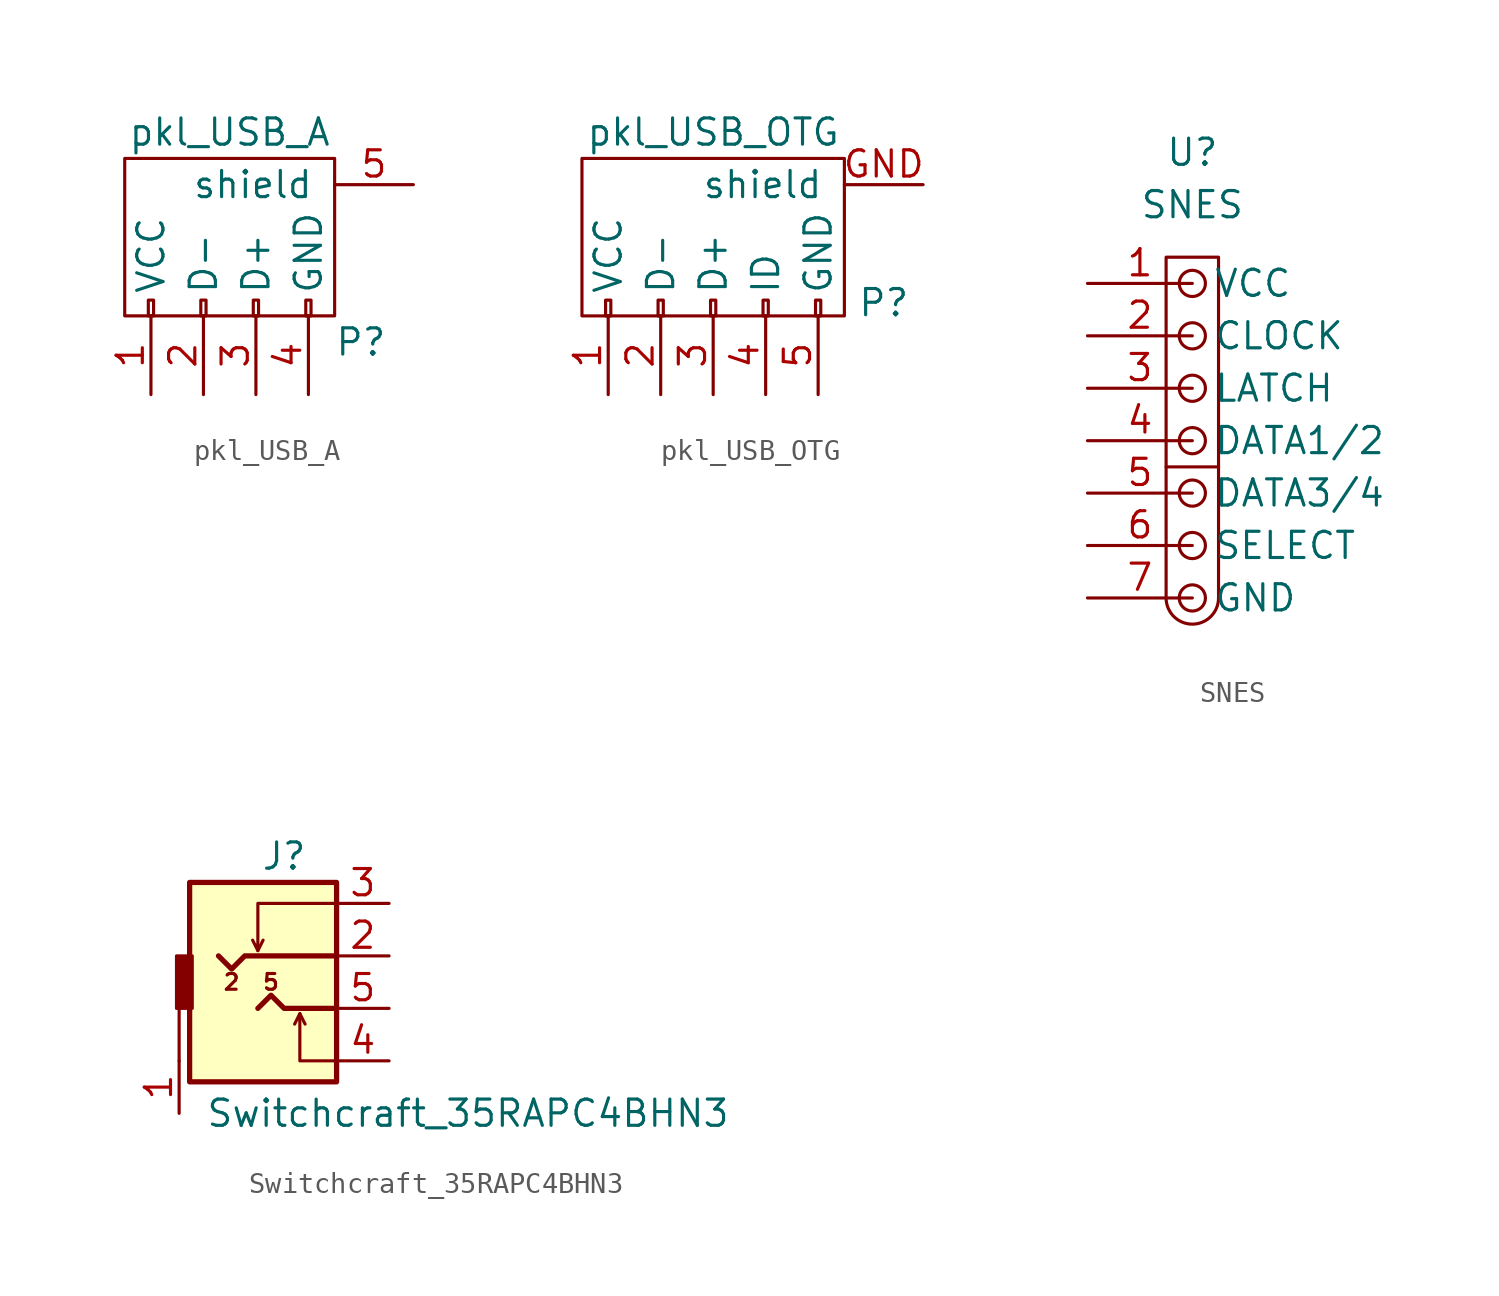
<source format=kicad_sym>
(kicad_symbol_lib
  (version 20211014)
  (generator kicad_symbol_editor)
  (symbol "pkl_USB_A"
    (pin_names
      (offset 1.016))
    (property "Reference" "P"
      (at 5.08 -5.08 0)
      (effects (font (size 1.27 1.27))))
    (property "Value" "pkl_USB_A"
      (at -1.27 5.08 0)
      (effects (font (size 1.27 1.27))))
    (symbol "pkl_USB_A_0_1"
      (rectangle (start -6.35 -3.81) (end 3.81 3.81) (stroke (width 0) (type default) (color 0 0 0 0)) (fill (type none)))
      (rectangle (start -5.207 -3.81) (end -4.953 -3.048) (stroke (width 0) (type default) (color 0 0 0 0)) (fill (type none)))
      (rectangle (start -2.667 -3.81) (end -2.413 -3.048) (stroke (width 0) (type default) (color 0 0 0 0)) (fill (type none)))
      (rectangle (start -0.127 -3.81) (end 0.127 -3.048) (stroke (width 0) (type default) (color 0 0 0 0)) (fill (type none)))
      (rectangle (start 2.413 -3.81) (end 2.667 -3.048) (stroke (width 0) (type default) (color 0 0 0 0)) (fill (type none))))
    (symbol "pkl_USB_A_1_1"
      (pin power_in line (at -5.08 -7.62 90) (length 3.81) (name "VCC" (effects (font (size 1.27 1.27)))) (number "1" (effects (font (size 1.27 1.27)))))
      (pin passive line (at -2.54 -7.62 90) (length 3.81) (name "D-" (effects (font (size 1.27 1.27)))) (number "2" (effects (font (size 1.27 1.27)))))
      (pin passive line (at 0 -7.62 90) (length 3.81) (name "D+" (effects (font (size 1.27 1.27)))) (number "3" (effects (font (size 1.27 1.27)))))
      (pin power_in line (at 2.54 -7.62 90) (length 3.81) (name "GND" (effects (font (size 1.27 1.27)))) (number "4" (effects (font (size 1.27 1.27)))))
      (pin passive line (at 7.62 2.54 180) (length 3.81) (name "shield" (effects (font (size 1.27 1.27)))) (number "5" (effects (font (size 1.27 1.27)))))))
  (symbol "pkl_USB_OTG"
    (pin_names
      (offset 1.016))
    (property "Reference" "P"
      (at 8.255 -3.175 0)
      (effects (font (size 1.27 1.27))))
    (property "Value" "pkl_USB_OTG"
      (at 0 5.08 0)
      (effects (font (size 1.27 1.27))))
    (symbol "pkl_USB_OTG_0_1"
      (rectangle (start -6.35 -3.81) (end 6.35 3.81) (stroke (width 0) (type default) (color 0 0 0 0)) (fill (type none)))
      (rectangle (start -5.207 -3.81) (end -4.953 -3.048) (stroke (width 0) (type default) (color 0 0 0 0)) (fill (type none)))
      (rectangle (start -2.667 -3.81) (end -2.413 -3.048) (stroke (width 0) (type default) (color 0 0 0 0)) (fill (type none)))
      (rectangle (start -0.127 -3.81) (end 0.127 -3.048) (stroke (width 0) (type default) (color 0 0 0 0)) (fill (type none)))
      (rectangle (start 2.413 -3.81) (end 2.667 -3.048) (stroke (width 0) (type default) (color 0 0 0 0)) (fill (type none)))
      (rectangle (start 4.953 -3.81) (end 5.207 -3.048) (stroke (width 0) (type default) (color 0 0 0 0)) (fill (type none))))
    (symbol "pkl_USB_OTG_1_1"
      (pin power_out line (at -5.08 -7.62 90) (length 3.81) (name "VCC" (effects (font (size 1.27 1.27)))) (number "1" (effects (font (size 1.27 1.27)))))
      (pin passive line (at -2.54 -7.62 90) (length 3.81) (name "D-" (effects (font (size 1.27 1.27)))) (number "2" (effects (font (size 1.27 1.27)))))
      (pin passive line (at 0 -7.62 90) (length 3.81) (name "D+" (effects (font (size 1.27 1.27)))) (number "3" (effects (font (size 1.27 1.27)))))
      (pin power_in line (at 2.54 -7.62 90) (length 3.81) (name "ID" (effects (font (size 1.27 1.27)))) (number "4" (effects (font (size 1.27 1.27)))))
      (pin power_in line (at 5.08 -7.62 90) (length 3.81) (name "GND" (effects (font (size 1.27 1.27)))) (number "5" (effects (font (size 1.27 1.27)))))
      (pin passive line (at 10.16 2.54 180) (length 3.81) (name "shield" (effects (font (size 1.27 1.27)))) (number "GND" (effects (font (size 1.27 1.27)))))))
  (symbol "SNES"
    (pin_names
      (offset 1.016))
    (property "Reference" "U"
      (at 0 15.24 0)
      (effects (font (size 1.27 1.27))))
    (property "Value" "SNES"
      (at 0 12.7 0)
      (effects (font (size 1.27 1.27))))
    (symbol "SNES_0_1"
      (arc (start -1.27 -6.35) (mid 0 -7.62) (end 1.27 -6.35) (stroke (width 0) (type default) (color 0 0 0 0)) (fill (type none)))
      (circle (center 0 -6.35) (radius 0.635) (stroke (width 0) (type default) (color 0 0 0 0)) (fill (type none)))
      (circle (center 0 -3.81) (radius 0.635) (stroke (width 0) (type default) (color 0 0 0 0)) (fill (type none)))
      (circle (center 0 -1.27) (radius 0.635) (stroke (width 0) (type default) (color 0 0 0 0)) (fill (type none)))
      (polyline (pts (xy -1.27 0) (xy 1.27 0)) (stroke (width 0) (type default) (color 0 0 0 0)) (fill (type none)))
      (polyline (pts (xy -1.27 -6.35) (xy -1.27 10.16) (xy 1.27 10.16) (xy 1.27 -6.35)) (stroke (width 0) (type default) (color 0 0 0 0)) (fill (type none)))
      (circle (center 0 1.27) (radius 0.635) (stroke (width 0) (type default) (color 0 0 0 0)) (fill (type none)))
      (circle (center 0 3.81) (radius 0.635) (stroke (width 0) (type default) (color 0 0 0 0)) (fill (type none)))
      (circle (center 0 6.35) (radius 0.635) (stroke (width 0) (type default) (color 0 0 0 0)) (fill (type none)))
      (circle (center 0 8.89) (radius 0.635) (stroke (width 0) (type default) (color 0 0 0 0)) (fill (type none))))
    (symbol "SNES_1_1"
      (pin power_in line (at -5.08 8.89 0) (length 5.08) (name "VCC" (effects (font (size 1.27 1.27)))) (number "1" (effects (font (size 1.27 1.27)))))
      (pin input line (at -5.08 6.35 0) (length 5.08) (name "CLOCK" (effects (font (size 1.27 1.27)))) (number "2" (effects (font (size 1.27 1.27)))))
      (pin input line (at -5.08 3.81 0) (length 5.08) (name "LATCH" (effects (font (size 1.27 1.27)))) (number "3" (effects (font (size 1.27 1.27)))))
      (pin output line (at -5.08 1.27 0) (length 5.08) (name "DATA1/2" (effects (font (size 1.27 1.27)))) (number "4" (effects (font (size 1.27 1.27)))))
      (pin output line (at -5.08 -1.27 0) (length 5.08) (name "DATA3/4" (effects (font (size 1.27 1.27)))) (number "5" (effects (font (size 1.27 1.27)))))
      (pin input line (at -5.08 -3.81 0) (length 5.08) (name "SELECT" (effects (font (size 1.27 1.27)))) (number "6" (effects (font (size 1.27 1.27)))))
      (pin power_in line (at -5.08 -6.35 0) (length 5.08) (name "GND" (effects (font (size 1.27 1.27)))) (number "7" (effects (font (size 1.27 1.27)))))))
  (symbol "Switchcraft_35RAPC4BHN3"
    (pin_names
      (offset 1.016))
    (property "Reference" "J"
      (at 0 7.366 0)
      (effects (font (size 1.27 1.27))))
    (property "Value" "Switchcraft_35RAPC4BHN3"
      (at -3.81 -5.08 0)
      (effects (font (size 1.27 1.27)) (justify left)))
    (symbol "Switchcraft_35RAPC4BHN3_0_0"
      (rectangle (start -4.572 6.096) (end 2.54 -3.556) (stroke (width 0.254) (type default) (color 0 0 0 0)) (fill (type background)))
      (polyline (pts (xy -5.08 -2.54) (xy -5.08 0)) (stroke (width 0) (type default) (color 0 0 0 0)) (fill (type none)))
      (polyline (pts (xy -1.27 2.794) (xy -1.016 3.302)) (stroke (width 0) (type default) (color 0 0 0 0)) (fill (type none)))
      (polyline (pts (xy 1.016 -0.762) (xy 0.762 -0.254)) (stroke (width 0) (type default) (color 0 0 0 0)) (fill (type none)))
      (polyline (pts (xy 2.54 -2.54) (xy 0.762 -2.54) (xy 0.762 -0.254) (xy 0.508 -0.762)) (stroke (width 0) (type default) (color 0 0 0 0)) (fill (type none)))
      (polyline (pts (xy 2.54 5.08) (xy -1.27 5.08) (xy -1.27 2.794) (xy -1.524 3.302)) (stroke (width 0) (type default) (color 0 0 0 0)) (fill (type none)))
      (text "2" (at -2.54 1.27 0) (effects (font (size 0.762 0.762))))
      (text "5" (at -0.635 1.27 0) (effects (font (size 0.762 0.762)))))
    (symbol "Switchcraft_35RAPC4BHN3_0_1"
      (rectangle (start -4.445 0) (end -5.207 2.54) (stroke (width 0) (type default) (color 0 0 0 0)) (fill (type outline)))
      (polyline (pts (xy -1.27 0) (xy -0.635 0.635) (xy 0 0) (xy 2.54 0)) (stroke (width 0.254) (type default) (color 0 0 0 0)) (fill (type none)))
      (polyline (pts (xy 2.54 2.54) (xy -1.905 2.54) (xy -2.54 1.905) (xy -3.175 2.54)) (stroke (width 0.254) (type default) (color 0 0 0 0)) (fill (type none))))
    (symbol "Switchcraft_35RAPC4BHN3_1_1"
      (pin passive line (at -5.08 -5.08 90) (length 2.54) (name "~" (effects (font (size 1.27 1.27)))) (number "1" (effects (font (size 1.27 1.27)))))
      (pin passive line (at 5.08 2.54 180) (length 2.54) (name "~" (effects (font (size 1.27 1.27)))) (number "2" (effects (font (size 1.27 1.27)))))
      (pin passive line (at 5.08 5.08 180) (length 2.54) (name "~" (effects (font (size 1.27 1.27)))) (number "3" (effects (font (size 1.27 1.27)))))
      (pin passive line (at 5.08 -2.54 180) (length 2.54) (name "~" (effects (font (size 1.27 1.27)))) (number "4" (effects (font (size 1.27 1.27)))))
      (pin passive line (at 5.08 0 180) (length 2.54) (name "~" (effects (font (size 1.27 1.27)))) (number "5" (effects (font (size 1.27 1.27))))))))
</source>
